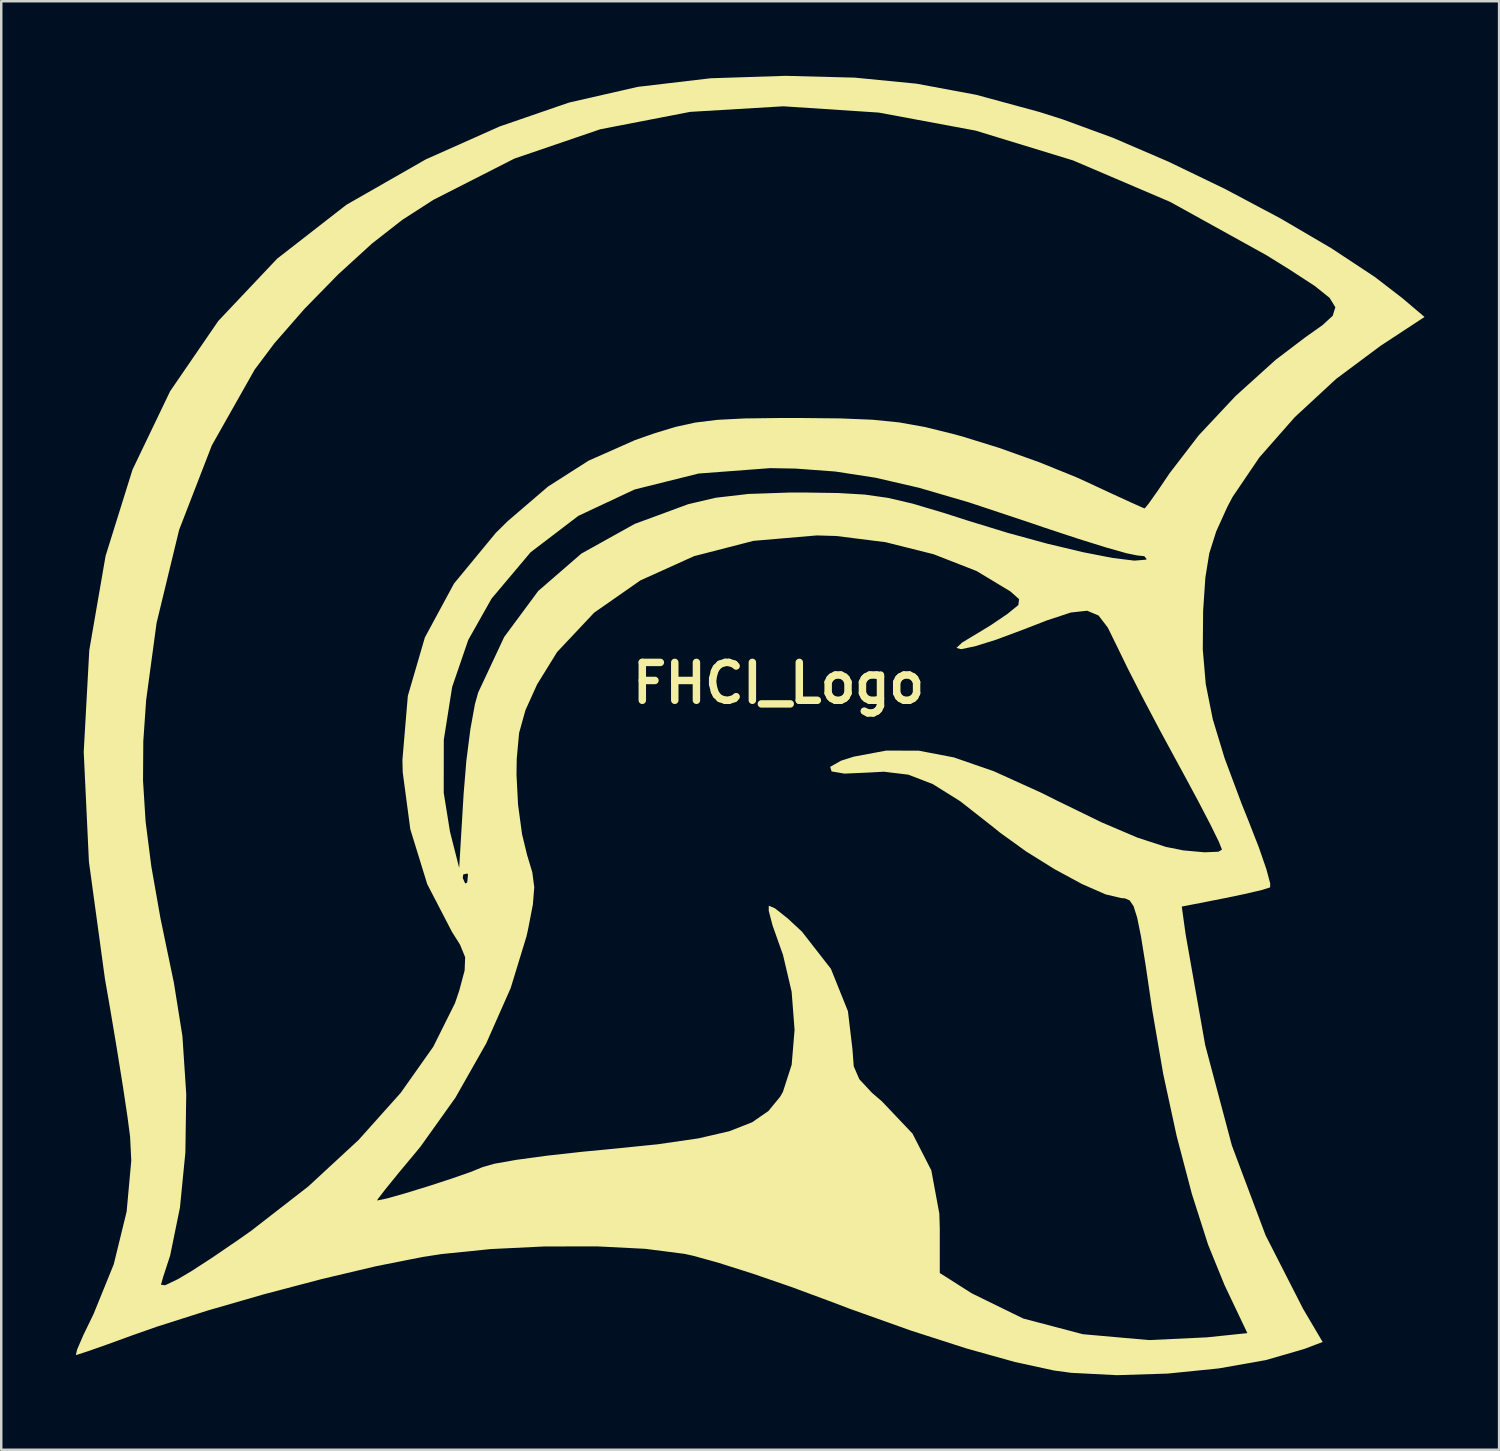
<source format=kicad_pcb>
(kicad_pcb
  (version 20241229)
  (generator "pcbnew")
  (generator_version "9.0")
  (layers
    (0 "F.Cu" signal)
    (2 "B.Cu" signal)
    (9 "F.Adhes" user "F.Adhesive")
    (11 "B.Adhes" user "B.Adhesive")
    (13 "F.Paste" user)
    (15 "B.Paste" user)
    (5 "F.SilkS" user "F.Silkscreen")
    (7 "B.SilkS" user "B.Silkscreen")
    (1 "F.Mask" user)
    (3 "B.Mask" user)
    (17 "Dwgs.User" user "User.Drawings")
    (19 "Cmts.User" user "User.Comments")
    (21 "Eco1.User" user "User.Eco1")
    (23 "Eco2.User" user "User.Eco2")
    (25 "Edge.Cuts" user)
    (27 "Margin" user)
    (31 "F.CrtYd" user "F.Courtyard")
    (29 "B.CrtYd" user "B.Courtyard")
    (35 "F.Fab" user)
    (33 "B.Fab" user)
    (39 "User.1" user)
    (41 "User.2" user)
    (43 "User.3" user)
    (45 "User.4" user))
  (footprint "FHCI_Logo"
    (layer "F.Cu")
    (at 28.26 24.424)
    (property "Reference" "FHCI_Logo" (at 0 0 0) (layer "F.SilkS") (effects (font (size 1.524 1.524) (thickness 0.3))))
    (attr board_only exclude_from_pos_files exclude_from_bom)
    (fp_poly (pts (xy 3.061 -24.352) (xy 5.547 -24.109) (xy 7.945 -23.662) (xy 10.476 -22.975) (xy 11.422 -22.675) (xy 13.457 -21.929) (xy 15.677 -20.974) (xy 17.959 -19.873) (xy 20.184 -18.691) (xy 22.231 -17.491) (xy 23.979 -16.337) (xy 25.082 -15.488) (xy 25.979 -14.727) (xy 24.203 -13.561) (xy 22.424 -12.235) (xy 20.763 -10.699) (xy 19.336 -9.076) (xy 18.262 -7.492) (xy 18.048 -7.087) (xy 17.601 -6.1) (xy 17.323 -5.222) (xy 17.165 -4.241) (xy 17.078 -2.944) (xy 17.075 -2.865) (xy 17.062 -1.355) (xy 17.181 0.037) (xy 17.463 1.448) (xy 17.938 3.015) (xy 18.634 4.877) (xy 18.895 5.525) (xy 19.316 6.604) (xy 19.62 7.483) (xy 19.773 8.054) (xy 19.77 8.214) (xy 19.429 8.32) (xy 18.718 8.486) (xy 17.904 8.655) (xy 16.217 8.986) (xy 16.371 10.1) (xy 17.158 14.553) (xy 18.232 18.594) (xy 19.586 22.203) (xy 21.092 25.156) (xy 21.882 26.496) (xy 21.142 26.777) (xy 19.599 27.224) (xy 17.706 27.559) (xy 15.647 27.767) (xy 13.605 27.831) (xy 11.762 27.736) (xy 11.079 27.643) (xy 9.51 27.302) (xy 7.557 26.756) (xy 5.323 26.037) (xy 2.909 25.177) (xy 2.027 24.843) (xy 0.486 24.273) (xy -1.032 23.75) (xy -2.389 23.319) (xy -3.446 23.026) (xy -3.783 22.952) (xy -5.363 22.749) (xy -7.303 22.651) (xy -9.429 22.655) (xy -11.571 22.759) (xy -13.557 22.961) (xy -14.321 23.078) (xy -16.178 23.447) (xy -18.357 23.962) (xy -20.676 24.572) (xy -22.955 25.23) (xy -25.011 25.884) (xy -25.996 26.231) (xy -26.985 26.591) (xy -27.764 26.865) (xy -28.207 27.009) (xy -28.26 27.021) (xy -28.209 26.802) (xy -27.961 26.225) (xy -27.568 25.414) (xy -27.544 25.364) (xy -26.735 23.371) (xy -26.217 21.252) (xy -26.031 19.205) (xy -26.078 18.239) (xy -26.185 17.427) (xy -26.368 16.21) (xy -26.608 14.718) (xy -26.883 13.076) (xy -27.09 11.889) (xy -27.734 7.178) (xy -27.888 3.923) (xy -25.558 3.923) (xy -25.455 5.562) (xy -25.225 7.366) (xy -24.858 9.45) (xy -24.342 11.93) (xy -24.321 12.024) (xy -23.974 14.193) (xy -23.82 16.527) (xy -23.855 18.877) (xy -24.073 21.092) (xy -24.469 23.024) (xy -24.746 23.874) (xy -24.837 24.193) (xy -24.671 24.216) (xy -24.155 23.969) (xy -23.592 23.635) (xy -22.736 23.078) (xy -21.73 22.391) (xy -21.211 22.026) (xy -19.64 20.806) (xy -16.146 20.806) (xy -15.757 20.726) (xy -15.022 20.519) (xy -14.106 20.238) (xy -13.173 19.934) (xy -12.388 19.661) (xy -11.915 19.469) (xy -11.901 19.462) (xy -11.431 19.328) (xy -10.53 19.169) (xy -9.306 19.003) (xy -7.866 18.843) (xy -6.978 18.759) (xy -4.864 18.546) (xy -3.22 18.307) (xy -1.975 18.019) (xy -1.06 17.659) (xy -0.404 17.205) (xy 0.064 16.633) (xy 0.176 16.439) (xy 0.529 15.344) (xy 0.645 13.941) (xy 0.527 12.408) (xy 0.178 10.921) (xy 0.046 10.554) (xy -0.24 9.745) (xy -0.394 9.157) (xy -0.393 8.95) (xy -0.148 9.053) (xy 0.358 9.453) (xy 0.942 9.994) (xy 2.107 11.49) (xy 2.791 13.193) (xy 2.972 14.718) (xy 3.024 15.409) (xy 3.25 15.931) (xy 3.758 16.475) (xy 4.159 16.82) (xy 5.388 18.116) (xy 6.144 19.592) (xy 6.467 21.335) (xy 6.485 21.944) (xy 6.485 23.722) (xy 7.769 24.539) (xy 9.841 25.553) (xy 12.241 26.184) (xy 14.901 26.42) (xy 17.224 26.31) (xy 18.855 26.14) (xy 17.933 24.2) (xy 17.275 22.581) (xy 16.624 20.545) (xy 16.012 18.216) (xy 15.471 15.717) (xy 15.033 13.172) (xy 15.003 12.97) (xy 14.766 11.359) (xy 14.58 10.206) (xy 14.425 9.436) (xy 14.279 8.971) (xy 14.12 8.737) (xy 13.928 8.654) (xy 13.795 8.647) (xy 13.151 8.494) (xy 12.211 8.082) (xy 11.105 7.484) (xy 9.963 6.772) (xy 8.916 6.018) (xy 8.647 5.8) (xy 7.307 4.749) (xy 6.203 4.059) (xy 5.218 3.68) (xy 4.239 3.562) (xy 3.599 3.596) (xy 2.651 3.638) (xy 2.134 3.55) (xy 2.077 3.366) (xy 2.511 3.12) (xy 3.032 2.955) (xy 4.331 2.712) (xy 5.64 2.716) (xy 7.054 2.987) (xy 8.67 3.548) (xy 10.586 4.417) (xy 11.184 4.717) (xy 12.995 5.599) (xy 14.434 6.212) (xy 15.58 6.586) (xy 16.28 6.726) (xy 17.134 6.803) (xy 17.691 6.779) (xy 17.834 6.696) (xy 17.71 6.382) (xy 17.371 5.692) (xy 16.865 4.72) (xy 16.241 3.56) (xy 16.083 3.272) (xy 15.354 1.927) (xy 14.652 0.597) (xy 14.055 -0.569) (xy 13.642 -1.419) (xy 13.631 -1.442) (xy 13.241 -2.236) (xy 12.871 -2.719) (xy 12.412 -2.913) (xy 11.752 -2.84) (xy 10.783 -2.52) (xy 9.863 -2.162) (xy 8.753 -1.748) (xy 7.894 -1.481) (xy 7.342 -1.367) (xy 7.154 -1.415) (xy 7.386 -1.635) (xy 7.718 -1.835) (xy 8.513 -2.315) (xy 9.204 -2.783) (xy 9.645 -3.141) (xy 9.674 -3.378) (xy 9.322 -3.691) (xy 7.965 -4.509) (xy 6.239 -5.184) (xy 4.304 -5.669) (xy 2.324 -5.918) (xy 1.54 -5.941) (xy -1.008 -5.723) (xy -3.398 -5.107) (xy -5.558 -4.131) (xy -7.417 -2.833) (xy -8.906 -1.25) (xy -9.71 0.051) (xy -10.181 1.093) (xy -10.433 2.001) (xy -10.529 3.043) (xy -10.538 3.682) (xy -10.476 4.886) (xy -10.315 6.074) (xy -10.112 6.91) (xy -9.902 7.609) (xy -9.824 8.208) (xy -9.879 8.9) (xy -10.068 9.876) (xy -10.135 10.179) (xy -10.773 12.265) (xy -11.757 14.488) (xy -12.993 16.668) (xy -14.389 18.626) (xy -14.579 18.857) (xy -15.277 19.696) (xy -15.811 20.354) (xy -16.11 20.741) (xy -16.146 20.806) (xy -19.64 20.806) (xy -18.913 20.242) (xy -16.89 18.372) (xy -15.196 16.478) (xy -13.885 14.622) (xy -13.011 12.868) (xy -12.84 12.363) (xy -12.624 11.556) (xy -12.603 11.021) (xy -12.808 10.518) (xy -13.129 10.01) (xy -14.128 8.084) (xy -14.204 7.836) (xy -12.7 7.836) (xy -12.601 8.059) (xy -12.52 8.016) (xy -12.488 7.696) (xy -12.52 7.656) (xy -12.68 7.693) (xy -12.7 7.836) (xy -14.204 7.836) (xy -14.808 5.879) (xy -15.004 4.408) (xy -13.465 4.408) (xy -13.213 5.975) (xy -12.843 7.431) (xy -12.665 4.459) (xy -12.554 3.114) (xy -12.393 1.852) (xy -12.209 0.841) (xy -12.08 0.379) (xy -11.033 -1.857) (xy -9.663 -3.708) (xy -7.928 -5.211) (xy -5.785 -6.404) (xy -3.636 -7.196) (xy -2.524 -7.457) (xy -1.209 -7.609) (xy 0.452 -7.666) (xy 1.081 -7.666) (xy 2.413 -7.646) (xy 3.464 -7.584) (xy 4.403 -7.451) (xy 5.401 -7.217) (xy 6.628 -6.852) (xy 7.627 -6.532) (xy 9.249 -6.035) (xy 10.817 -5.607) (xy 12.243 -5.267) (xy 13.437 -5.034) (xy 14.311 -4.927) (xy 14.775 -4.966) (xy 14.806 -4.988) (xy 14.71 -5.107) (xy 14.434 -5.135) (xy 14.006 -5.221) (xy 13.172 -5.457) (xy 12.035 -5.812) (xy 10.7 -6.253) (xy 10.023 -6.484) (xy 7.649 -7.273) (xy 5.646 -7.858) (xy 3.897 -8.262) (xy 2.283 -8.511) (xy 0.687 -8.629) (xy -0.337 -8.647) (xy -3.216 -8.43) (xy -5.793 -7.787) (xy -8.052 -6.727) (xy -9.973 -5.262) (xy -11.541 -3.4) (xy -12.478 -1.738) (xy -13.126 0.154) (xy -13.462 2.277) (xy -13.465 4.408) (xy -15.004 4.408) (xy -15.114 3.584) (xy -15.126 3.089) (xy -14.908 0.512) (xy -14.223 -1.837) (xy -13.051 -4.006) (xy -11.37 -6.044) (xy -10.889 -6.518) (xy -9.268 -7.908) (xy -7.636 -8.949) (xy -5.77 -9.775) (xy -4.999 -10.045) (xy -4.154 -10.303) (xy -3.354 -10.479) (xy -2.465 -10.589) (xy -1.354 -10.646) (xy 0.111 -10.664) (xy 0.811 -10.664) (xy 2.485 -10.647) (xy 3.779 -10.594) (xy 4.851 -10.486) (xy 5.861 -10.306) (xy 6.969 -10.035) (xy 7.396 -9.919) (xy 8.881 -9.459) (xy 10.5 -8.879) (xy 11.968 -8.284) (xy 12.365 -8.104) (xy 13.366 -7.638) (xy 14.161 -7.273) (xy 14.638 -7.06) (xy 14.726 -7.026) (xy 14.893 -7.231) (xy 15.272 -7.768) (xy 15.729 -8.444) (xy 16.898 -9.966) (xy 18.377 -11.544) (xy 19.99 -13.001) (xy 21.198 -13.918) (xy 21.877 -14.398) (xy 22.287 -14.775) (xy 22.393 -15.117) (xy 22.163 -15.494) (xy 21.564 -15.974) (xy 20.563 -16.626) (xy 19.618 -17.213) (xy 15.753 -19.353) (xy 11.843 -21.023) (xy 7.923 -22.222) (xy 4.027 -22.947) (xy 0.19 -23.199) (xy -3.554 -22.975) (xy -7.17 -22.275) (xy -10.623 -21.096) (xy -13.881 -19.437) (xy -15.132 -18.631) (xy -16.349 -17.681) (xy -17.713 -16.435) (xy -19.072 -15.046) (xy -20.275 -13.668) (xy -21.067 -12.612) (xy -22.79 -9.564) (xy -24.105 -6.168) (xy -25.013 -2.421) (xy -25.432 0.676) (xy -25.547 2.333) (xy -25.558 3.923) (xy -27.888 3.923) (xy -27.943 2.771) (xy -27.719 -1.329) (xy -27.064 -5.117) (xy -25.98 -8.589) (xy -24.467 -11.742) (xy -22.528 -14.57) (xy -20.164 -17.071) (xy -17.377 -19.24) (xy -14.186 -21.064) (xy -11.214 -22.389) (xy -8.429 -23.348) (xy -5.66 -23.981) (xy -2.736 -24.326) (xy 0.27 -24.424)) (stroke (width 0) (type solid)) (fill yes) (layer "F.SilkS")))
  (gr_rect
    (start -3 -3)
    (end 57.239 55.255)
    (stroke (width 0.1) (type default))
    (fill no)
    (layer "Edge.Cuts")))
</source>
